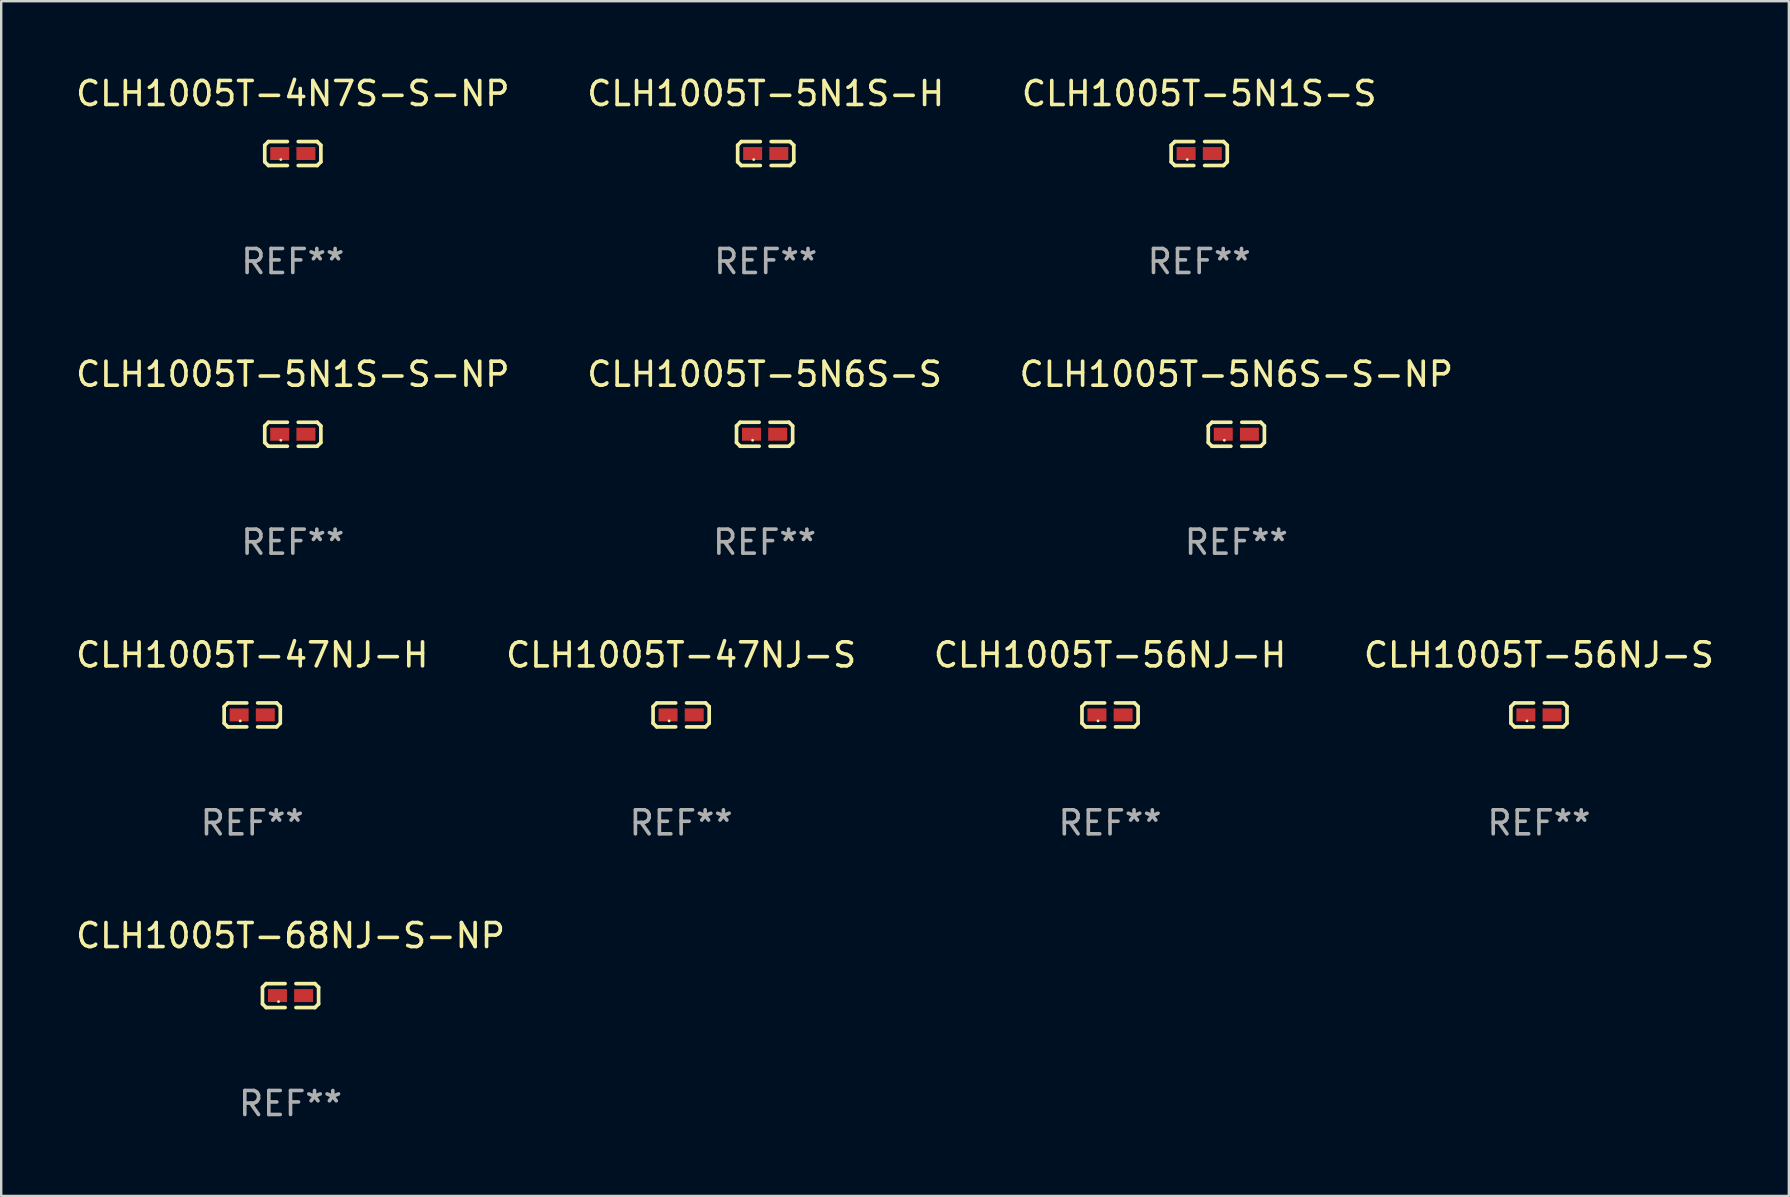
<source format=kicad_pcb>
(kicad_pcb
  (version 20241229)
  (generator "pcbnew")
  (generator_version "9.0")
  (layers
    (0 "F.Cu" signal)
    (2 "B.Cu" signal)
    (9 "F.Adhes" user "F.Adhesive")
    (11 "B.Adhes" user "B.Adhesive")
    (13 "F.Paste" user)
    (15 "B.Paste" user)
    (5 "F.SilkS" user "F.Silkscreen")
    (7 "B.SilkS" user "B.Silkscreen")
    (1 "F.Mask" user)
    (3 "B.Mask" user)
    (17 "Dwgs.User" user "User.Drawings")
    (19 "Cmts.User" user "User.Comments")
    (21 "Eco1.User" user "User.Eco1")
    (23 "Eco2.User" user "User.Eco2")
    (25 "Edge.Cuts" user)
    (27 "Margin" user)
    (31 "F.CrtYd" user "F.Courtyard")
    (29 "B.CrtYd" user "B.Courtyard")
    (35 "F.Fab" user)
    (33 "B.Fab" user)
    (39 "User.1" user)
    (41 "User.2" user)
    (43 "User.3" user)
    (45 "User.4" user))
  (footprint "CLH1005T-68NJ-S-NP"
    (layer "F.Cu")
    (at 9.054 38.428)
    (property "Reference" "CLH1005T-68NJ-S-NP" (at 0 -2.499 0) (layer "F.SilkS") (effects (font (size 1 1) (thickness 0.15))))
    (attr through_hole)
    (fp_line (start -1.169 -0.346) (end -1.016 -0.499) (stroke (width 0.152) (type solid)) (layer "F.SilkS"))
    (fp_line (start -1.169 0.346) (end -1.169 -0.346) (stroke (width 0.152) (type solid)) (layer "F.SilkS"))
    (fp_line (start -1.016 -0.499) (end -0.226 -0.499) (stroke (width 0.152) (type solid)) (layer "F.SilkS"))
    (fp_line (start -1.016 0.499) (end -1.169 0.346) (stroke (width 0.152) (type solid)) (layer "F.SilkS"))
    (fp_line (start -0.226 0.499) (end -1.016 0.499) (stroke (width 0.152) (type solid)) (layer "F.SilkS"))
    (fp_line (start 0.226 0.499) (end 1.016 0.499) (stroke (width 0.152) (type solid)) (layer "F.SilkS"))
    (fp_line (start 1.016 -0.499) (end 0.226 -0.499) (stroke (width 0.152) (type solid)) (layer "F.SilkS"))
    (fp_line (start 1.016 0.499) (end 1.169 0.346) (stroke (width 0.152) (type solid)) (layer "F.SilkS"))
    (fp_line (start 1.169 -0.346) (end 1.016 -0.499) (stroke (width 0.152) (type solid)) (layer "F.SilkS"))
    (fp_line (start 1.169 0.346) (end 1.169 -0.346) (stroke (width 0.152) (type solid)) (layer "F.SilkS"))
    (fp_circle (center -0.5 0.25) (end -0.47 0.25) (stroke (width 0.06) (type solid)) (fill no) (layer "F.SilkS"))
    (fp_text user "REF**" (at 0 4.499 0) (layer "F.Fab") (effects (font (size 1 1) (thickness 0.15))))
    (pad "1" smd rect (at -0.545 0) (size 0.79 0.54) (layers "F.Cu" "F.Mask" "F.Paste"))
    (pad "2" smd rect (at 0.545 0) (size 0.79 0.54) (layers "F.Cu" "F.Mask" "F.Paste")))
  (footprint "CLH1005T-56NJ-H"
    (layer "F.Cu")
    (at 43.196 26.734)
    (property "Reference" "CLH1005T-56NJ-H" (at 0 -2.499 0) (layer "F.SilkS") (effects (font (size 1 1) (thickness 0.15))))
    (attr through_hole)
    (fp_line (start -1.169 -0.346) (end -1.016 -0.499) (stroke (width 0.152) (type solid)) (layer "F.SilkS"))
    (fp_line (start -1.169 0.346) (end -1.169 -0.346) (stroke (width 0.152) (type solid)) (layer "F.SilkS"))
    (fp_line (start -1.016 -0.499) (end -0.226 -0.499) (stroke (width 0.152) (type solid)) (layer "F.SilkS"))
    (fp_line (start -1.016 0.499) (end -1.169 0.346) (stroke (width 0.152) (type solid)) (layer "F.SilkS"))
    (fp_line (start -0.226 0.499) (end -1.016 0.499) (stroke (width 0.152) (type solid)) (layer "F.SilkS"))
    (fp_line (start 0.226 0.499) (end 1.016 0.499) (stroke (width 0.152) (type solid)) (layer "F.SilkS"))
    (fp_line (start 1.016 -0.499) (end 0.226 -0.499) (stroke (width 0.152) (type solid)) (layer "F.SilkS"))
    (fp_line (start 1.016 0.499) (end 1.169 0.346) (stroke (width 0.152) (type solid)) (layer "F.SilkS"))
    (fp_line (start 1.169 -0.346) (end 1.016 -0.499) (stroke (width 0.152) (type solid)) (layer "F.SilkS"))
    (fp_line (start 1.169 0.346) (end 1.169 -0.346) (stroke (width 0.152) (type solid)) (layer "F.SilkS"))
    (fp_circle (center -0.5 0.25) (end -0.47 0.25) (stroke (width 0.06) (type solid)) (fill no) (layer "F.SilkS"))
    (fp_text user "REF**" (at 0 4.499 0) (layer "F.Fab") (effects (font (size 1 1) (thickness 0.15))))
    (pad "1" smd rect (at -0.545 0) (size 0.79 0.54) (layers "F.Cu" "F.Mask" "F.Paste"))
    (pad "2" smd rect (at 0.545 0) (size 0.79 0.54) (layers "F.Cu" "F.Mask" "F.Paste")))
  (footprint "CLH1005T-5N1S-H"
    (layer "F.Cu")
    (at 28.851 3.347)
    (property "Reference" "CLH1005T-5N1S-H" (at 0 -2.499 0) (layer "F.SilkS") (effects (font (size 1 1) (thickness 0.15))))
    (attr through_hole)
    (fp_line (start -1.169 -0.346) (end -1.016 -0.499) (stroke (width 0.152) (type solid)) (layer "F.SilkS"))
    (fp_line (start -1.169 0.346) (end -1.169 -0.346) (stroke (width 0.152) (type solid)) (layer "F.SilkS"))
    (fp_line (start -1.016 -0.499) (end -0.226 -0.499) (stroke (width 0.152) (type solid)) (layer "F.SilkS"))
    (fp_line (start -1.016 0.499) (end -1.169 0.346) (stroke (width 0.152) (type solid)) (layer "F.SilkS"))
    (fp_line (start -0.226 0.499) (end -1.016 0.499) (stroke (width 0.152) (type solid)) (layer "F.SilkS"))
    (fp_line (start 0.226 0.499) (end 1.016 0.499) (stroke (width 0.152) (type solid)) (layer "F.SilkS"))
    (fp_line (start 1.016 -0.499) (end 0.226 -0.499) (stroke (width 0.152) (type solid)) (layer "F.SilkS"))
    (fp_line (start 1.016 0.499) (end 1.169 0.346) (stroke (width 0.152) (type solid)) (layer "F.SilkS"))
    (fp_line (start 1.169 -0.346) (end 1.016 -0.499) (stroke (width 0.152) (type solid)) (layer "F.SilkS"))
    (fp_line (start 1.169 0.346) (end 1.169 -0.346) (stroke (width 0.152) (type solid)) (layer "F.SilkS"))
    (fp_circle (center -0.5 0.25) (end -0.47 0.25) (stroke (width 0.06) (type solid)) (fill no) (layer "F.SilkS"))
    (fp_text user "REF**" (at 0 4.499 0) (layer "F.Fab") (effects (font (size 1 1) (thickness 0.15))))
    (pad "1" smd rect (at -0.545 0) (size 0.79 0.54) (layers "F.Cu" "F.Mask" "F.Paste"))
    (pad "2" smd rect (at 0.545 0) (size 0.79 0.54) (layers "F.Cu" "F.Mask" "F.Paste")))
  (footprint "CLH1005T-47NJ-S"
    (layer "F.Cu")
    (at 25.327 26.734)
    (property "Reference" "CLH1005T-47NJ-S" (at 0 -2.499 0) (layer "F.SilkS") (effects (font (size 1 1) (thickness 0.15))))
    (attr through_hole)
    (fp_line (start -1.169 -0.346) (end -1.016 -0.499) (stroke (width 0.152) (type solid)) (layer "F.SilkS"))
    (fp_line (start -1.169 0.346) (end -1.169 -0.346) (stroke (width 0.152) (type solid)) (layer "F.SilkS"))
    (fp_line (start -1.016 -0.499) (end -0.226 -0.499) (stroke (width 0.152) (type solid)) (layer "F.SilkS"))
    (fp_line (start -1.016 0.499) (end -1.169 0.346) (stroke (width 0.152) (type solid)) (layer "F.SilkS"))
    (fp_line (start -0.226 0.499) (end -1.016 0.499) (stroke (width 0.152) (type solid)) (layer "F.SilkS"))
    (fp_line (start 0.226 0.499) (end 1.016 0.499) (stroke (width 0.152) (type solid)) (layer "F.SilkS"))
    (fp_line (start 1.016 -0.499) (end 0.226 -0.499) (stroke (width 0.152) (type solid)) (layer "F.SilkS"))
    (fp_line (start 1.016 0.499) (end 1.169 0.346) (stroke (width 0.152) (type solid)) (layer "F.SilkS"))
    (fp_line (start 1.169 -0.346) (end 1.016 -0.499) (stroke (width 0.152) (type solid)) (layer "F.SilkS"))
    (fp_line (start 1.169 0.346) (end 1.169 -0.346) (stroke (width 0.152) (type solid)) (layer "F.SilkS"))
    (fp_circle (center -0.5 0.25) (end -0.47 0.25) (stroke (width 0.06) (type solid)) (fill no) (layer "F.SilkS"))
    (fp_text user "REF**" (at 0 4.499 0) (layer "F.Fab") (effects (font (size 1 1) (thickness 0.15))))
    (pad "1" smd rect (at -0.545 0) (size 0.79 0.54) (layers "F.Cu" "F.Mask" "F.Paste"))
    (pad "2" smd rect (at 0.545 0) (size 0.79 0.54) (layers "F.Cu" "F.Mask" "F.Paste")))
  (footprint "CLH1005T-4N7S-S-NP"
    (layer "F.Cu")
    (at 9.149 3.347)
    (property "Reference" "CLH1005T-4N7S-S-NP" (at 0 -2.499 0) (layer "F.SilkS") (effects (font (size 1 1) (thickness 0.15))))
    (attr through_hole)
    (fp_line (start -1.169 -0.346) (end -1.016 -0.499) (stroke (width 0.152) (type solid)) (layer "F.SilkS"))
    (fp_line (start -1.169 0.346) (end -1.169 -0.346) (stroke (width 0.152) (type solid)) (layer "F.SilkS"))
    (fp_line (start -1.016 -0.499) (end -0.226 -0.499) (stroke (width 0.152) (type solid)) (layer "F.SilkS"))
    (fp_line (start -1.016 0.499) (end -1.169 0.346) (stroke (width 0.152) (type solid)) (layer "F.SilkS"))
    (fp_line (start -0.226 0.499) (end -1.016 0.499) (stroke (width 0.152) (type solid)) (layer "F.SilkS"))
    (fp_line (start 0.226 0.499) (end 1.016 0.499) (stroke (width 0.152) (type solid)) (layer "F.SilkS"))
    (fp_line (start 1.016 -0.499) (end 0.226 -0.499) (stroke (width 0.152) (type solid)) (layer "F.SilkS"))
    (fp_line (start 1.016 0.499) (end 1.169 0.346) (stroke (width 0.152) (type solid)) (layer "F.SilkS"))
    (fp_line (start 1.169 -0.346) (end 1.016 -0.499) (stroke (width 0.152) (type solid)) (layer "F.SilkS"))
    (fp_line (start 1.169 0.346) (end 1.169 -0.346) (stroke (width 0.152) (type solid)) (layer "F.SilkS"))
    (fp_circle (center -0.5 0.25) (end -0.47 0.25) (stroke (width 0.06) (type solid)) (fill no) (layer "F.SilkS"))
    (fp_text user "REF**" (at 0 4.499 0) (layer "F.Fab") (effects (font (size 1 1) (thickness 0.15))))
    (pad "1" smd rect (at -0.545 0) (size 0.79 0.54) (layers "F.Cu" "F.Mask" "F.Paste"))
    (pad "2" smd rect (at 0.545 0) (size 0.79 0.54) (layers "F.Cu" "F.Mask" "F.Paste")))
  (footprint "CLH1005T-5N1S-S-NP"
    (layer "F.Cu")
    (at 9.149 15.041)
    (property "Reference" "CLH1005T-5N1S-S-NP" (at 0 -2.499 0) (layer "F.SilkS") (effects (font (size 1 1) (thickness 0.15))))
    (attr through_hole)
    (fp_line (start -1.169 -0.346) (end -1.016 -0.499) (stroke (width 0.152) (type solid)) (layer "F.SilkS"))
    (fp_line (start -1.169 0.346) (end -1.169 -0.346) (stroke (width 0.152) (type solid)) (layer "F.SilkS"))
    (fp_line (start -1.016 -0.499) (end -0.226 -0.499) (stroke (width 0.152) (type solid)) (layer "F.SilkS"))
    (fp_line (start -1.016 0.499) (end -1.169 0.346) (stroke (width 0.152) (type solid)) (layer "F.SilkS"))
    (fp_line (start -0.226 0.499) (end -1.016 0.499) (stroke (width 0.152) (type solid)) (layer "F.SilkS"))
    (fp_line (start 0.226 0.499) (end 1.016 0.499) (stroke (width 0.152) (type solid)) (layer "F.SilkS"))
    (fp_line (start 1.016 -0.499) (end 0.226 -0.499) (stroke (width 0.152) (type solid)) (layer "F.SilkS"))
    (fp_line (start 1.016 0.499) (end 1.169 0.346) (stroke (width 0.152) (type solid)) (layer "F.SilkS"))
    (fp_line (start 1.169 -0.346) (end 1.016 -0.499) (stroke (width 0.152) (type solid)) (layer "F.SilkS"))
    (fp_line (start 1.169 0.346) (end 1.169 -0.346) (stroke (width 0.152) (type solid)) (layer "F.SilkS"))
    (fp_circle (center -0.5 0.25) (end -0.47 0.25) (stroke (width 0.06) (type solid)) (fill no) (layer "F.SilkS"))
    (fp_text user "REF**" (at 0 4.499 0) (layer "F.Fab") (effects (font (size 1 1) (thickness 0.15))))
    (pad "1" smd rect (at -0.545 0) (size 0.79 0.54) (layers "F.Cu" "F.Mask" "F.Paste"))
    (pad "2" smd rect (at 0.545 0) (size 0.79 0.54) (layers "F.Cu" "F.Mask" "F.Paste")))
  (footprint "CLH1005T-5N1S-S"
    (layer "F.Cu")
    (at 46.911 3.347)
    (property "Reference" "CLH1005T-5N1S-S" (at 0 -2.499 0) (layer "F.SilkS") (effects (font (size 1 1) (thickness 0.15))))
    (attr through_hole)
    (fp_line (start -1.169 -0.346) (end -1.016 -0.499) (stroke (width 0.152) (type solid)) (layer "F.SilkS"))
    (fp_line (start -1.169 0.346) (end -1.169 -0.346) (stroke (width 0.152) (type solid)) (layer "F.SilkS"))
    (fp_line (start -1.016 -0.499) (end -0.226 -0.499) (stroke (width 0.152) (type solid)) (layer "F.SilkS"))
    (fp_line (start -1.016 0.499) (end -1.169 0.346) (stroke (width 0.152) (type solid)) (layer "F.SilkS"))
    (fp_line (start -0.226 0.499) (end -1.016 0.499) (stroke (width 0.152) (type solid)) (layer "F.SilkS"))
    (fp_line (start 0.226 0.499) (end 1.016 0.499) (stroke (width 0.152) (type solid)) (layer "F.SilkS"))
    (fp_line (start 1.016 -0.499) (end 0.226 -0.499) (stroke (width 0.152) (type solid)) (layer "F.SilkS"))
    (fp_line (start 1.016 0.499) (end 1.169 0.346) (stroke (width 0.152) (type solid)) (layer "F.SilkS"))
    (fp_line (start 1.169 -0.346) (end 1.016 -0.499) (stroke (width 0.152) (type solid)) (layer "F.SilkS"))
    (fp_line (start 1.169 0.346) (end 1.169 -0.346) (stroke (width 0.152) (type solid)) (layer "F.SilkS"))
    (fp_circle (center -0.5 0.25) (end -0.47 0.25) (stroke (width 0.06) (type solid)) (fill no) (layer "F.SilkS"))
    (fp_text user "REF**" (at 0 4.499 0) (layer "F.Fab") (effects (font (size 1 1) (thickness 0.15))))
    (pad "1" smd rect (at -0.545 0) (size 0.79 0.54) (layers "F.Cu" "F.Mask" "F.Paste"))
    (pad "2" smd rect (at 0.545 0) (size 0.79 0.54) (layers "F.Cu" "F.Mask" "F.Paste")))
  (footprint "CLH1005T-47NJ-H"
    (layer "F.Cu")
    (at 7.458 26.734)
    (property "Reference" "CLH1005T-47NJ-H" (at 0 -2.499 0) (layer "F.SilkS") (effects (font (size 1 1) (thickness 0.15))))
    (attr through_hole)
    (fp_line (start -1.169 -0.346) (end -1.016 -0.499) (stroke (width 0.152) (type solid)) (layer "F.SilkS"))
    (fp_line (start -1.169 0.346) (end -1.169 -0.346) (stroke (width 0.152) (type solid)) (layer "F.SilkS"))
    (fp_line (start -1.016 -0.499) (end -0.226 -0.499) (stroke (width 0.152) (type solid)) (layer "F.SilkS"))
    (fp_line (start -1.016 0.499) (end -1.169 0.346) (stroke (width 0.152) (type solid)) (layer "F.SilkS"))
    (fp_line (start -0.226 0.499) (end -1.016 0.499) (stroke (width 0.152) (type solid)) (layer "F.SilkS"))
    (fp_line (start 0.226 0.499) (end 1.016 0.499) (stroke (width 0.152) (type solid)) (layer "F.SilkS"))
    (fp_line (start 1.016 -0.499) (end 0.226 -0.499) (stroke (width 0.152) (type solid)) (layer "F.SilkS"))
    (fp_line (start 1.016 0.499) (end 1.169 0.346) (stroke (width 0.152) (type solid)) (layer "F.SilkS"))
    (fp_line (start 1.169 -0.346) (end 1.016 -0.499) (stroke (width 0.152) (type solid)) (layer "F.SilkS"))
    (fp_line (start 1.169 0.346) (end 1.169 -0.346) (stroke (width 0.152) (type solid)) (layer "F.SilkS"))
    (fp_circle (center -0.5 0.25) (end -0.47 0.25) (stroke (width 0.06) (type solid)) (fill no) (layer "F.SilkS"))
    (fp_text user "REF**" (at 0 4.499 0) (layer "F.Fab") (effects (font (size 1 1) (thickness 0.15))))
    (pad "1" smd rect (at -0.545 0) (size 0.79 0.54) (layers "F.Cu" "F.Mask" "F.Paste"))
    (pad "2" smd rect (at 0.545 0) (size 0.79 0.54) (layers "F.Cu" "F.Mask" "F.Paste")))
  (footprint "CLH1005T-5N6S-S-NP"
    (layer "F.Cu")
    (at 48.458 15.041)
    (property "Reference" "CLH1005T-5N6S-S-NP" (at 0 -2.499 0) (layer "F.SilkS") (effects (font (size 1 1) (thickness 0.15))))
    (attr through_hole)
    (fp_line (start -1.169 -0.346) (end -1.016 -0.499) (stroke (width 0.152) (type solid)) (layer "F.SilkS"))
    (fp_line (start -1.169 0.346) (end -1.169 -0.346) (stroke (width 0.152) (type solid)) (layer "F.SilkS"))
    (fp_line (start -1.016 -0.499) (end -0.226 -0.499) (stroke (width 0.152) (type solid)) (layer "F.SilkS"))
    (fp_line (start -1.016 0.499) (end -1.169 0.346) (stroke (width 0.152) (type solid)) (layer "F.SilkS"))
    (fp_line (start -0.226 0.499) (end -1.016 0.499) (stroke (width 0.152) (type solid)) (layer "F.SilkS"))
    (fp_line (start 0.226 0.499) (end 1.016 0.499) (stroke (width 0.152) (type solid)) (layer "F.SilkS"))
    (fp_line (start 1.016 -0.499) (end 0.226 -0.499) (stroke (width 0.152) (type solid)) (layer "F.SilkS"))
    (fp_line (start 1.016 0.499) (end 1.169 0.346) (stroke (width 0.152) (type solid)) (layer "F.SilkS"))
    (fp_line (start 1.169 -0.346) (end 1.016 -0.499) (stroke (width 0.152) (type solid)) (layer "F.SilkS"))
    (fp_line (start 1.169 0.346) (end 1.169 -0.346) (stroke (width 0.152) (type solid)) (layer "F.SilkS"))
    (fp_circle (center -0.5 0.25) (end -0.47 0.25) (stroke (width 0.06) (type solid)) (fill no) (layer "F.SilkS"))
    (fp_text user "REF**" (at 0 4.499 0) (layer "F.Fab") (effects (font (size 1 1) (thickness 0.15))))
    (pad "1" smd rect (at -0.545 0) (size 0.79 0.54) (layers "F.Cu" "F.Mask" "F.Paste"))
    (pad "2" smd rect (at 0.545 0) (size 0.79 0.54) (layers "F.Cu" "F.Mask" "F.Paste")))
  (footprint "CLH1005T-56NJ-S"
    (layer "F.Cu")
    (at 61.065 26.734)
    (property "Reference" "CLH1005T-56NJ-S" (at 0 -2.499 0) (layer "F.SilkS") (effects (font (size 1 1) (thickness 0.15))))
    (attr through_hole)
    (fp_line (start -1.169 -0.346) (end -1.016 -0.499) (stroke (width 0.152) (type solid)) (layer "F.SilkS"))
    (fp_line (start -1.169 0.346) (end -1.169 -0.346) (stroke (width 0.152) (type solid)) (layer "F.SilkS"))
    (fp_line (start -1.016 -0.499) (end -0.226 -0.499) (stroke (width 0.152) (type solid)) (layer "F.SilkS"))
    (fp_line (start -1.016 0.499) (end -1.169 0.346) (stroke (width 0.152) (type solid)) (layer "F.SilkS"))
    (fp_line (start -0.226 0.499) (end -1.016 0.499) (stroke (width 0.152) (type solid)) (layer "F.SilkS"))
    (fp_line (start 0.226 0.499) (end 1.016 0.499) (stroke (width 0.152) (type solid)) (layer "F.SilkS"))
    (fp_line (start 1.016 -0.499) (end 0.226 -0.499) (stroke (width 0.152) (type solid)) (layer "F.SilkS"))
    (fp_line (start 1.016 0.499) (end 1.169 0.346) (stroke (width 0.152) (type solid)) (layer "F.SilkS"))
    (fp_line (start 1.169 -0.346) (end 1.016 -0.499) (stroke (width 0.152) (type solid)) (layer "F.SilkS"))
    (fp_line (start 1.169 0.346) (end 1.169 -0.346) (stroke (width 0.152) (type solid)) (layer "F.SilkS"))
    (fp_circle (center -0.5 0.25) (end -0.47 0.25) (stroke (width 0.06) (type solid)) (fill no) (layer "F.SilkS"))
    (fp_text user "REF**" (at 0 4.499 0) (layer "F.Fab") (effects (font (size 1 1) (thickness 0.15))))
    (pad "1" smd rect (at -0.545 0) (size 0.79 0.54) (layers "F.Cu" "F.Mask" "F.Paste"))
    (pad "2" smd rect (at 0.545 0) (size 0.79 0.54) (layers "F.Cu" "F.Mask" "F.Paste")))
  (footprint "CLH1005T-5N6S-S"
    (layer "F.Cu")
    (at 28.804 15.041)
    (property "Reference" "CLH1005T-5N6S-S" (at 0 -2.499 0) (layer "F.SilkS") (effects (font (size 1 1) (thickness 0.15))))
    (attr through_hole)
    (fp_line (start -1.169 -0.346) (end -1.016 -0.499) (stroke (width 0.152) (type solid)) (layer "F.SilkS"))
    (fp_line (start -1.169 0.346) (end -1.169 -0.346) (stroke (width 0.152) (type solid)) (layer "F.SilkS"))
    (fp_line (start -1.016 -0.499) (end -0.226 -0.499) (stroke (width 0.152) (type solid)) (layer "F.SilkS"))
    (fp_line (start -1.016 0.499) (end -1.169 0.346) (stroke (width 0.152) (type solid)) (layer "F.SilkS"))
    (fp_line (start -0.226 0.499) (end -1.016 0.499) (stroke (width 0.152) (type solid)) (layer "F.SilkS"))
    (fp_line (start 0.226 0.499) (end 1.016 0.499) (stroke (width 0.152) (type solid)) (layer "F.SilkS"))
    (fp_line (start 1.016 -0.499) (end 0.226 -0.499) (stroke (width 0.152) (type solid)) (layer "F.SilkS"))
    (fp_line (start 1.016 0.499) (end 1.169 0.346) (stroke (width 0.152) (type solid)) (layer "F.SilkS"))
    (fp_line (start 1.169 -0.346) (end 1.016 -0.499) (stroke (width 0.152) (type solid)) (layer "F.SilkS"))
    (fp_line (start 1.169 0.346) (end 1.169 -0.346) (stroke (width 0.152) (type solid)) (layer "F.SilkS"))
    (fp_circle (center -0.5 0.25) (end -0.47 0.25) (stroke (width 0.06) (type solid)) (fill no) (layer "F.SilkS"))
    (fp_text user "REF**" (at 0 4.499 0) (layer "F.Fab") (effects (font (size 1 1) (thickness 0.15))))
    (pad "1" smd rect (at -0.545 0) (size 0.79 0.54) (layers "F.Cu" "F.Mask" "F.Paste"))
    (pad "2" smd rect (at 0.545 0) (size 0.79 0.54) (layers "F.Cu" "F.Mask" "F.Paste")))
  (gr_rect
    (start -3 -3)
    (end 71.476 46.775)
    (stroke (width 0.1) (type default))
    (fill no)
    (layer "Edge.Cuts")))
</source>
